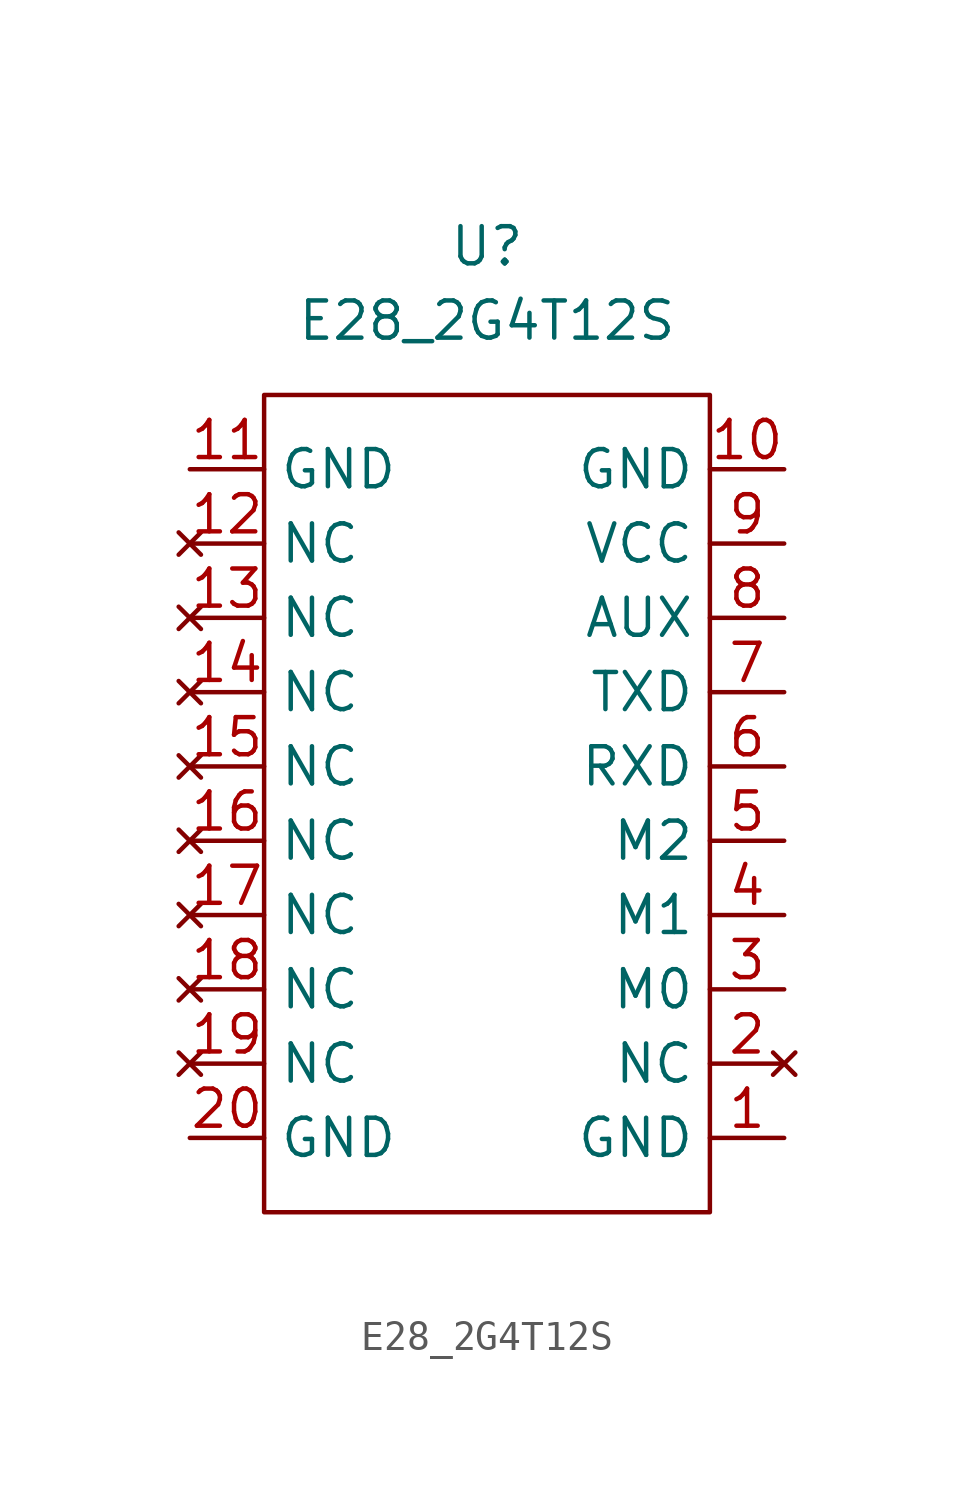
<source format=kicad_sym>
(kicad_symbol_lib
  (version 20211014)
  (generator kicad_symbol_editor)
  (symbol "E28_2G4T12S"
    (property "Reference" "U"
      (at 0 20.32 0)
      (effects (font (size 1.27 1.27))))
    (property "Value" "E28_2G4T12S"
      (at 0 17.78 0)
      (effects (font (size 1.27 1.27))))
    (symbol "E28_2G4T12S_0_1"
      (rectangle (start 7.62 -12.7) (end -7.62 15.24) (stroke (width 0) (type default) (color 0 0 0 0)) (fill (type none))))
    (symbol "E28_2G4T12S_1_1"
      (pin power_in line (at 10.16 -10.16 180) (length 2.54) (name "GND" (effects (font (size 1.27 1.27)))) (number "1" (effects (font (size 1.27 1.27)))))
      (pin power_in line (at 10.16 12.7 180) (length 2.54) (name "GND" (effects (font (size 1.27 1.27)))) (number "10" (effects (font (size 1.27 1.27)))))
      (pin power_in line (at -10.16 12.7 0) (length 2.54) (name "GND" (effects (font (size 1.27 1.27)))) (number "11" (effects (font (size 1.27 1.27)))))
      (pin no_connect line (at -10.16 10.16 0) (length 2.54) (name "NC" (effects (font (size 1.27 1.27)))) (number "12" (effects (font (size 1.27 1.27)))))
      (pin no_connect line (at -10.16 7.62 0) (length 2.54) (name "NC" (effects (font (size 1.27 1.27)))) (number "13" (effects (font (size 1.27 1.27)))))
      (pin no_connect line (at -10.16 5.08 0) (length 2.54) (name "NC" (effects (font (size 1.27 1.27)))) (number "14" (effects (font (size 1.27 1.27)))))
      (pin no_connect line (at -10.16 2.54 0) (length 2.54) (name "NC" (effects (font (size 1.27 1.27)))) (number "15" (effects (font (size 1.27 1.27)))))
      (pin no_connect line (at -10.16 0 0) (length 2.54) (name "NC" (effects (font (size 1.27 1.27)))) (number "16" (effects (font (size 1.27 1.27)))))
      (pin no_connect line (at -10.16 -2.54 0) (length 2.54) (name "NC" (effects (font (size 1.27 1.27)))) (number "17" (effects (font (size 1.27 1.27)))))
      (pin no_connect line (at -10.16 -5.08 0) (length 2.54) (name "NC" (effects (font (size 1.27 1.27)))) (number "18" (effects (font (size 1.27 1.27)))))
      (pin no_connect line (at -10.16 -7.62 0) (length 2.54) (name "NC" (effects (font (size 1.27 1.27)))) (number "19" (effects (font (size 1.27 1.27)))))
      (pin no_connect line (at 10.16 -7.62 180) (length 2.54) (name "NC" (effects (font (size 1.27 1.27)))) (number "2" (effects (font (size 1.27 1.27)))))
      (pin input line (at -10.16 -10.16 0) (length 2.54) (name "GND" (effects (font (size 1.27 1.27)))) (number "20" (effects (font (size 1.27 1.27)))))
      (pin input line (at 10.16 -5.08 180) (length 2.54) (name "M0" (effects (font (size 1.27 1.27)))) (number "3" (effects (font (size 1.27 1.27)))))
      (pin input line (at 10.16 -2.54 180) (length 2.54) (name "M1" (effects (font (size 1.27 1.27)))) (number "4" (effects (font (size 1.27 1.27)))))
      (pin input line (at 10.16 0 180) (length 2.54) (name "M2" (effects (font (size 1.27 1.27)))) (number "5" (effects (font (size 1.27 1.27)))))
      (pin input line (at 10.16 2.54 180) (length 2.54) (name "RXD" (effects (font (size 1.27 1.27)))) (number "6" (effects (font (size 1.27 1.27)))))
      (pin output line (at 10.16 5.08 180) (length 2.54) (name "TXD" (effects (font (size 1.27 1.27)))) (number "7" (effects (font (size 1.27 1.27)))))
      (pin output line (at 10.16 7.62 180) (length 2.54) (name "AUX" (effects (font (size 1.27 1.27)))) (number "8" (effects (font (size 1.27 1.27)))))
      (pin power_in line (at 10.16 10.16 180) (length 2.54) (name "VCC" (effects (font (size 1.27 1.27)))) (number "9" (effects (font (size 1.27 1.27))))))))
</source>
